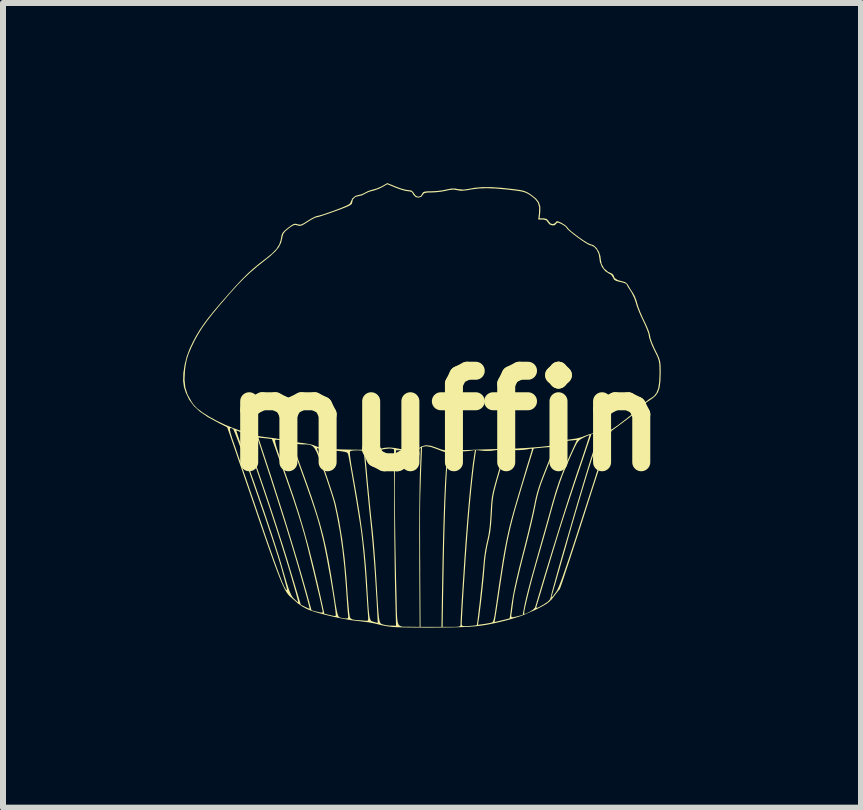
<source format=kicad_pcb>
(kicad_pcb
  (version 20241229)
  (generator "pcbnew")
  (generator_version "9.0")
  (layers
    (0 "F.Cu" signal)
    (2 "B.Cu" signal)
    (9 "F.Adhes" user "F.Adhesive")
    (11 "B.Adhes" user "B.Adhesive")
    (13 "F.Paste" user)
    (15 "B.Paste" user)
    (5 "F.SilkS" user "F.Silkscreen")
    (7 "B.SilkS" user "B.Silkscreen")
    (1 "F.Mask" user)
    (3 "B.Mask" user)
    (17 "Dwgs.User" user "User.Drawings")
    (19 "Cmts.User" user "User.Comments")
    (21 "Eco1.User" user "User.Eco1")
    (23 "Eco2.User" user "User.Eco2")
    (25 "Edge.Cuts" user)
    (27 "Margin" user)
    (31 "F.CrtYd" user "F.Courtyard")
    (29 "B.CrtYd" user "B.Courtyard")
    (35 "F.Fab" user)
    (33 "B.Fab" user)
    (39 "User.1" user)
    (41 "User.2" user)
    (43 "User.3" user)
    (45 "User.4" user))
  (footprint "muffin"
    (layer "F.Cu")
    (at 4.367 3.961)
    (property "Reference" "muffin" (at 0 0 0) (layer "F.SilkS") (effects (font (size 1.524 1.524) (thickness 0.3))))
    (attr board_only exclude_from_pos_files exclude_from_bom)
    (fp_poly (pts (xy -0.823 -3.903) (xy -0.745 -3.874) (xy -0.672 -3.853) (xy -0.619 -3.844) (xy -0.615 -3.844) (xy -0.562 -3.837) (xy -0.532 -3.808) (xy -0.526 -3.796) (xy -0.491 -3.75) (xy -0.448 -3.733) (xy -0.408 -3.747) (xy -0.382 -3.787) (xy -0.37 -3.807) (xy -0.346 -3.818) (xy -0.299 -3.824) (xy -0.229 -3.825) (xy -0.138 -3.829) (xy -0.045 -3.841) (xy 0.019 -3.854) (xy 0.101 -3.87) (xy 0.167 -3.87) (xy 0.203 -3.862) (xy 0.303 -3.852) (xy 0.37 -3.861) (xy 0.494 -3.883) (xy 0.622 -3.894) (xy 0.763 -3.894) (xy 0.928 -3.883) (xy 1.025 -3.873) (xy 1.14 -3.86) (xy 1.224 -3.849) (xy 1.285 -3.838) (xy 1.331 -3.824) (xy 1.369 -3.807) (xy 1.408 -3.783) (xy 1.429 -3.769) (xy 1.512 -3.704) (xy 1.561 -3.64) (xy 1.584 -3.568) (xy 1.583 -3.478) (xy 1.572 -3.374) (xy 1.636 -3.374) (xy 1.688 -3.365) (xy 1.718 -3.334) (xy 1.722 -3.325) (xy 1.755 -3.287) (xy 1.796 -3.277) (xy 1.833 -3.297) (xy 1.84 -3.307) (xy 1.854 -3.324) (xy 1.877 -3.325) (xy 1.918 -3.307) (xy 1.94 -3.296) (xy 1.991 -3.265) (xy 2.026 -3.236) (xy 2.033 -3.226) (xy 2.055 -3.198) (xy 2.102 -3.155) (xy 2.166 -3.105) (xy 2.237 -3.052) (xy 2.307 -3.004) (xy 2.368 -2.966) (xy 2.411 -2.945) (xy 2.423 -2.942) (xy 2.473 -2.924) (xy 2.521 -2.879) (xy 2.561 -2.815) (xy 2.585 -2.744) (xy 2.589 -2.705) (xy 2.605 -2.614) (xy 2.648 -2.537) (xy 2.713 -2.482) (xy 2.741 -2.47) (xy 2.784 -2.449) (xy 2.804 -2.425) (xy 2.805 -2.422) (xy 2.823 -2.378) (xy 2.875 -2.345) (xy 2.94 -2.327) (xy 2.999 -2.31) (xy 3.036 -2.278) (xy 3.052 -2.251) (xy 3.089 -2.188) (xy 3.129 -2.128) (xy 3.159 -2.074) (xy 3.186 -2.003) (xy 3.197 -1.961) (xy 3.217 -1.897) (xy 3.25 -1.811) (xy 3.291 -1.718) (xy 3.317 -1.663) (xy 3.357 -1.578) (xy 3.389 -1.5) (xy 3.408 -1.44) (xy 3.413 -1.412) (xy 3.421 -1.369) (xy 3.445 -1.303) (xy 3.479 -1.223) (xy 3.501 -1.177) (xy 3.541 -1.096) (xy 3.566 -1.037) (xy 3.581 -0.984) (xy 3.587 -0.926) (xy 3.589 -0.848) (xy 3.589 -0.8) (xy 3.585 -0.662) (xy 3.571 -0.556) (xy 3.544 -0.476) (xy 3.501 -0.415) (xy 3.442 -0.367) (xy 3.421 -0.354) (xy 3.358 -0.311) (xy 3.302 -0.263) (xy 3.281 -0.239) (xy 3.246 -0.203) (xy 3.182 -0.147) (xy 3.091 -0.073) (xy 2.975 0.016) (xy 2.837 0.118) (xy 2.77 0.167) (xy 2.763 0.186) (xy 2.745 0.239) (xy 2.717 0.324) (xy 2.681 0.437) (xy 2.636 0.575) (xy 2.584 0.736) (xy 2.526 0.916) (xy 2.462 1.113) (xy 2.395 1.322) (xy 2.344 1.482) (xy 2.274 1.7) (xy 2.207 1.907) (xy 2.144 2.099) (xy 2.087 2.275) (xy 2.035 2.431) (xy 1.991 2.564) (xy 1.956 2.67) (xy 1.929 2.747) (xy 1.913 2.792) (xy 1.908 2.803) (xy 1.889 2.824) (xy 1.855 2.867) (xy 1.812 2.923) (xy 1.811 2.925) (xy 1.772 2.974) (xy 1.733 3.013) (xy 1.685 3.049) (xy 1.621 3.087) (xy 1.531 3.133) (xy 1.507 3.146) (xy 1.274 3.247) (xy 1.058 3.314) (xy 0.925 3.347) (xy 0.81 3.373) (xy 0.707 3.394) (xy 0.608 3.41) (xy 0.508 3.422) (xy 0.398 3.43) (xy 0.272 3.436) (xy 0.124 3.44) (xy -0.055 3.442) (xy -0.127 3.443) (xy -0.286 3.444) (xy -0.439 3.443) (xy -0.581 3.442) (xy -0.704 3.44) (xy -0.802 3.438) (xy -0.87 3.434) (xy -0.883 3.433) (xy -0.972 3.421) (xy -1.062 3.404) (xy -1.128 3.387) (xy -1.188 3.373) (xy -1.275 3.357) (xy -1.375 3.343) (xy -1.451 3.335) (xy -1.571 3.32) (xy -1.707 3.296) (xy -1.852 3.266) (xy -1.994 3.232) (xy -2.125 3.197) (xy -2.236 3.162) (xy -2.307 3.133) (xy -2.38 3.093) (xy -2.451 3.044) (xy -2.474 3.024) (xy -2.522 2.981) (xy -2.562 2.946) (xy -2.573 2.936) (xy -2.598 2.914) (xy -2.622 2.886) (xy -2.646 2.852) (xy -2.672 2.808) (xy -2.7 2.751) (xy -2.732 2.68) (xy -2.768 2.591) (xy -2.81 2.482) (xy -2.859 2.349) (xy -2.915 2.192) (xy -2.98 2.006) (xy -3.055 1.789) (xy -3.14 1.54) (xy -3.186 1.405) (xy -3.26 1.189) (xy -3.33 0.985) (xy -3.395 0.794) (xy -3.455 0.621) (xy -3.507 0.468) (xy -3.552 0.338) (xy -3.588 0.234) (xy -3.614 0.159) (xy -3.618 0.149) (xy -3.586 0.149) (xy -3.575 0.201) (xy -3.55 0.284) (xy -3.521 0.368) (xy -3.498 0.434) (xy -3.464 0.534) (xy -3.42 0.661) (xy -3.369 0.812) (xy -3.31 0.983) (xy -3.247 1.168) (xy -3.18 1.363) (xy -3.112 1.564) (xy -3.081 1.653) (xy -2.995 1.907) (xy -2.919 2.126) (xy -2.854 2.31) (xy -2.799 2.463) (xy -2.753 2.586) (xy -2.716 2.682) (xy -2.686 2.751) (xy -2.663 2.795) (xy -2.647 2.818) (xy -2.636 2.819) (xy -2.636 2.819) (xy -2.639 2.799) (xy -2.651 2.747) (xy -2.671 2.669) (xy -2.698 2.57) (xy -2.729 2.456) (xy -2.736 2.431) (xy -2.763 2.34) (xy -2.799 2.224) (xy -2.843 2.088) (xy -2.893 1.934) (xy -2.949 1.767) (xy -3.008 1.591) (xy -3.071 1.409) (xy -3.134 1.225) (xy -3.197 1.044) (xy -3.258 0.868) (xy -3.317 0.703) (xy -3.372 0.551) (xy -3.421 0.417) (xy -3.463 0.305) (xy -3.497 0.218) (xy -3.521 0.16) (xy -3.48 0.16) (xy -3.475 0.18) (xy -3.458 0.232) (xy -3.43 0.315) (xy -3.393 0.423) (xy -3.347 0.555) (xy -3.295 0.706) (xy -3.237 0.872) (xy -3.174 1.05) (xy -3.164 1.079) (xy -3.095 1.279) (xy -3.024 1.484) (xy -2.956 1.687) (xy -2.89 1.883) (xy -2.831 2.066) (xy -2.779 2.228) (xy -2.737 2.365) (xy -2.715 2.442) (xy -2.673 2.588) (xy -2.639 2.702) (xy -2.611 2.788) (xy -2.588 2.851) (xy -2.567 2.897) (xy -2.548 2.93) (xy -2.527 2.955) (xy -2.525 2.957) (xy -2.485 2.995) (xy -2.457 3.018) (xy -2.451 3.021) (xy -2.453 3.002) (xy -2.466 2.951) (xy -2.487 2.871) (xy -2.517 2.766) (xy -2.553 2.641) (xy -2.594 2.5) (xy -2.631 2.378) (xy -2.685 2.201) (xy -2.749 1.997) (xy -2.82 1.776) (xy -2.894 1.549) (xy -2.969 1.324) (xy -3.04 1.113) (xy -3.08 0.996) (xy -3.136 0.833) (xy -3.187 0.682) (xy -3.232 0.546) (xy -3.27 0.43) (xy -3.298 0.337) (xy -3.317 0.272) (xy -3.324 0.242) (xy -3.308 0.242) (xy -3.304 0.262) (xy -3.288 0.315) (xy -3.262 0.397) (xy -3.227 0.505) (xy -3.184 0.634) (xy -3.135 0.78) (xy -3.08 0.94) (xy -3.055 1.014) (xy -2.987 1.213) (xy -2.914 1.431) (xy -2.839 1.658) (xy -2.766 1.884) (xy -2.697 2.1) (xy -2.636 2.295) (xy -2.599 2.419) (xy -2.406 3.062) (xy -2.336 3.098) (xy -2.29 3.12) (xy -2.263 3.129) (xy -2.26 3.129) (xy -2.263 3.11) (xy -2.276 3.058) (xy -2.296 2.98) (xy -2.323 2.881) (xy -2.355 2.767) (xy -2.364 2.734) (xy -2.455 2.415) (xy -2.553 2.085) (xy -2.66 1.737) (xy -2.778 1.365) (xy -2.907 0.963) (xy -2.927 0.902) (xy -3.13 0.284) (xy -3.149 0.278) (xy -3.113 0.278) (xy -2.899 0.928) (xy -2.785 1.283) (xy -2.673 1.636) (xy -2.567 1.98) (xy -2.468 2.308) (xy -2.379 2.613) (xy -2.312 2.848) (xy -2.227 3.156) (xy -2.158 3.174) (xy -2.087 3.191) (xy -2.049 3.194) (xy -2.04 3.187) (xy -2.044 3.16) (xy -2.057 3.101) (xy -2.076 3.014) (xy -2.101 2.905) (xy -2.131 2.78) (xy -2.163 2.643) (xy -2.197 2.5) (xy -2.232 2.357) (xy -2.266 2.218) (xy -2.295 2.099) (xy -2.344 1.912) (xy -2.398 1.724) (xy -2.46 1.524) (xy -2.531 1.307) (xy -2.615 1.064) (xy -2.647 0.973) (xy -2.701 0.82) (xy -2.751 0.679) (xy -2.796 0.555) (xy -2.833 0.451) (xy -2.862 0.372) (xy -2.879 0.326) (xy -2.834 0.326) (xy -2.832 0.35) (xy -2.822 0.393) (xy -2.804 0.458) (xy -2.775 0.548) (xy -2.735 0.665) (xy -2.683 0.814) (xy -2.624 0.981) (xy -2.525 1.268) (xy -2.435 1.546) (xy -2.352 1.825) (xy -2.273 2.111) (xy -2.196 2.415) (xy -2.118 2.743) (xy -2.068 2.965) (xy -2.014 3.212) (xy -1.934 3.232) (xy -1.872 3.246) (xy -1.839 3.252) (xy -1.826 3.247) (xy -1.824 3.232) (xy -1.824 3.227) (xy -1.828 3.178) (xy -1.838 3.097) (xy -1.853 2.989) (xy -1.873 2.863) (xy -1.896 2.722) (xy -1.921 2.575) (xy -1.948 2.427) (xy -1.974 2.284) (xy -2 2.153) (xy -2.023 2.041) (xy -2.032 2.001) (xy -2.064 1.868) (xy -2.097 1.739) (xy -2.135 1.606) (xy -2.18 1.464) (xy -2.234 1.303) (xy -2.299 1.117) (xy -2.337 1.01) (xy -2.39 0.863) (xy -2.438 0.728) (xy -2.481 0.608) (xy -2.517 0.509) (xy -2.543 0.435) (xy -2.559 0.391) (xy -2.563 0.38) (xy -2.579 0.369) (xy -2.548 0.369) (xy -2.546 0.375) (xy -2.537 0.4) (xy -2.516 0.456) (xy -2.486 0.541) (xy -2.447 0.649) (xy -2.402 0.775) (xy -2.351 0.916) (xy -2.317 1.01) (xy -2.227 1.266) (xy -2.152 1.496) (xy -2.087 1.709) (xy -2.032 1.915) (xy -1.984 2.124) (xy -1.94 2.345) (xy -1.898 2.588) (xy -1.866 2.794) (xy -1.843 2.941) (xy -1.826 3.054) (xy -1.811 3.137) (xy -1.799 3.196) (xy -1.788 3.234) (xy -1.777 3.257) (xy -1.765 3.27) (xy -1.751 3.276) (xy -1.746 3.278) (xy -1.689 3.289) (xy -1.654 3.293) (xy -1.625 3.289) (xy -1.616 3.267) (xy -1.619 3.231) (xy -1.623 3.194) (xy -1.629 3.124) (xy -1.636 3.027) (xy -1.644 2.911) (xy -1.653 2.782) (xy -1.658 2.707) (xy -1.682 2.421) (xy -1.714 2.133) (xy -1.754 1.854) (xy -1.801 1.594) (xy -1.844 1.393) (xy -1.863 1.322) (xy -1.893 1.224) (xy -1.931 1.106) (xy -1.974 0.977) (xy -2.019 0.847) (xy -2.026 0.829) (xy -2.075 0.691) (xy -2.114 0.586) (xy -2.147 0.509) (xy -2.175 0.46) (xy -2.137 0.46) (xy -2.134 0.472) (xy -2.091 0.587) (xy -2.045 0.717) (xy -1.997 0.854) (xy -1.95 0.992) (xy -1.907 1.122) (xy -1.87 1.238) (xy -1.841 1.331) (xy -1.824 1.393) (xy -1.767 1.664) (xy -1.717 1.966) (xy -1.676 2.288) (xy -1.645 2.622) (xy -1.637 2.736) (xy -1.628 2.873) (xy -1.618 2.999) (xy -1.608 3.107) (xy -1.6 3.193) (xy -1.592 3.249) (xy -1.588 3.27) (xy -1.572 3.295) (xy -1.541 3.31) (xy -1.486 3.318) (xy -1.457 3.32) (xy -1.389 3.324) (xy -1.333 3.329) (xy -1.31 3.331) (xy -1.29 3.327) (xy -1.283 3.305) (xy -1.285 3.255) (xy -1.286 3.241) (xy -1.29 3.196) (xy -1.295 3.118) (xy -1.302 3.014) (xy -1.31 2.891) (xy -1.319 2.755) (xy -1.325 2.659) (xy -1.336 2.499) (xy -1.35 2.328) (xy -1.366 2.157) (xy -1.382 1.999) (xy -1.398 1.865) (xy -1.403 1.827) (xy -1.417 1.73) (xy -1.436 1.609) (xy -1.458 1.471) (xy -1.482 1.322) (xy -1.508 1.169) (xy -1.534 1.018) (xy -1.558 0.877) (xy -1.58 0.752) (xy -1.599 0.65) (xy -1.613 0.577) (xy -1.618 0.557) (xy -1.625 0.539) (xy -1.642 0.526) (xy -1.653 0.522) (xy -1.588 0.522) (xy -1.587 0.564) (xy -1.579 0.634) (xy -1.564 0.734) (xy -1.541 0.868) (xy -1.528 0.941) (xy -1.469 1.281) (xy -1.419 1.591) (xy -1.379 1.879) (xy -1.347 2.155) (xy -1.322 2.427) (xy -1.304 2.687) (xy -1.294 2.862) (xy -1.285 3.002) (xy -1.278 3.11) (xy -1.271 3.192) (xy -1.263 3.251) (xy -1.255 3.291) (xy -1.245 3.317) (xy -1.233 3.332) (xy -1.217 3.34) (xy -1.198 3.346) (xy -1.191 3.348) (xy -1.148 3.36) (xy -1.125 3.365) (xy -1.125 3.365) (xy -1.125 3.346) (xy -1.128 3.293) (xy -1.132 3.209) (xy -1.138 3.1) (xy -1.145 2.971) (xy -1.154 2.827) (xy -1.159 2.746) (xy -1.17 2.565) (xy -1.184 2.371) (xy -1.199 2.174) (xy -1.215 1.986) (xy -1.231 1.815) (xy -1.245 1.677) (xy -1.258 1.555) (xy -1.272 1.418) (xy -1.286 1.273) (xy -1.3 1.125) (xy -1.314 0.98) (xy -1.326 0.844) (xy -1.337 0.724) (xy -1.346 0.624) (xy -1.351 0.551) (xy -1.353 0.52) (xy -1.334 0.52) (xy -1.332 0.552) (xy -1.327 0.618) (xy -1.319 0.711) (xy -1.308 0.825) (xy -1.297 0.954) (xy -1.284 1.092) (xy -1.27 1.234) (xy -1.257 1.373) (xy -1.244 1.503) (xy -1.232 1.619) (xy -1.222 1.714) (xy -1.217 1.755) (xy -1.205 1.871) (xy -1.192 2.015) (xy -1.179 2.178) (xy -1.166 2.35) (xy -1.155 2.521) (xy -1.148 2.628) (xy -1.137 2.818) (xy -1.128 2.972) (xy -1.12 3.094) (xy -1.113 3.189) (xy -1.106 3.259) (xy -1.099 3.31) (xy -1.091 3.344) (xy -1.082 3.365) (xy -1.07 3.378) (xy -1.057 3.385) (xy -1.043 3.39) (xy -0.989 3.403) (xy -0.921 3.411) (xy -0.905 3.411) (xy -0.82 3.413) (xy -0.834 2.869) (xy -0.837 2.73) (xy -0.84 2.559) (xy -0.843 2.364) (xy -0.845 2.152) (xy -0.848 1.931) (xy -0.849 1.708) (xy -0.85 1.491) (xy -0.851 1.398) (xy -0.852 1.043) (xy -0.84 1.043) (xy -0.84 1.217) (xy -0.838 1.416) (xy -0.836 1.638) (xy -0.833 1.878) (xy -0.829 2.133) (xy -0.824 2.401) (xy -0.818 2.677) (xy -0.811 2.936) (xy -0.808 3.088) (xy -0.805 3.205) (xy -0.8 3.292) (xy -0.792 3.353) (xy -0.778 3.393) (xy -0.755 3.416) (xy -0.723 3.427) (xy -0.679 3.43) (xy -0.62 3.43) (xy -0.581 3.43) (xy -0.426 3.432) (xy -0.432 2.349) (xy -0.432 2.13) (xy -0.433 1.91) (xy -0.432 1.695) (xy -0.432 1.685) (xy -0.42 1.685) (xy -0.42 1.832) (xy -0.419 2.003) (xy -0.419 2.202) (xy -0.417 2.434) (xy -0.417 2.565) (xy -0.412 3.432) (xy -0.063 3.432) (xy -0.044 3.432) (xy 0.106 3.432) (xy 0.182 3.431) (xy 0.227 3.427) (xy 0.249 3.417) (xy 0.255 3.4) (xy 0.255 3.398) (xy 0.255 3.394) (xy 0.275 3.394) (xy 0.281 3.411) (xy 0.306 3.419) (xy 0.356 3.419) (xy 0.397 3.417) (xy 0.462 3.412) (xy 0.508 3.407) (xy 0.524 3.404) (xy 0.526 3.398) (xy 0.545 3.398) (xy 0.64 3.385) (xy 0.703 3.375) (xy 0.754 3.365) (xy 0.768 3.362) (xy 0.782 3.357) (xy 0.788 3.351) (xy 0.823 3.351) (xy 0.945 3.322) (xy 1.008 3.307) (xy 1.054 3.295) (xy 1.072 3.289) (xy 1.076 3.269) (xy 1.079 3.247) (xy 1.1 3.247) (xy 1.105 3.268) (xy 1.13 3.271) (xy 1.182 3.26) (xy 1.205 3.254) (xy 1.29 3.233) (xy 1.295 3.207) (xy 1.314 3.207) (xy 1.321 3.216) (xy 1.345 3.21) (xy 1.394 3.187) (xy 1.412 3.178) (xy 1.461 3.146) (xy 1.493 3.114) (xy 1.494 3.113) (xy 1.518 3.113) (xy 1.533 3.115) (xy 1.57 3.098) (xy 1.635 3.061) (xy 1.645 3.055) (xy 1.712 3.01) (xy 1.747 2.971) (xy 1.756 2.942) (xy 1.757 2.941) (xy 1.771 2.941) (xy 1.786 2.93) (xy 1.821 2.886) (xy 1.848 2.849) (xy 1.863 2.823) (xy 1.882 2.783) (xy 1.906 2.727) (xy 1.934 2.653) (xy 1.968 2.558) (xy 2.009 2.439) (xy 2.058 2.295) (xy 2.115 2.122) (xy 2.182 1.919) (xy 2.258 1.683) (xy 2.327 1.471) (xy 2.396 1.256) (xy 2.462 1.052) (xy 2.522 0.862) (xy 2.578 0.689) (xy 2.626 0.537) (xy 2.667 0.407) (xy 2.7 0.305) (xy 2.723 0.231) (xy 2.735 0.19) (xy 2.737 0.182) (xy 2.718 0.182) (xy 2.674 0.187) (xy 2.663 0.189) (xy 2.592 0.201) (xy 2.463 0.576) (xy 2.432 0.672) (xy 2.391 0.8) (xy 2.344 0.954) (xy 2.291 1.13) (xy 2.234 1.321) (xy 2.175 1.521) (xy 2.115 1.726) (xy 2.059 1.922) (xy 2.006 2.111) (xy 1.955 2.288) (xy 1.909 2.45) (xy 1.868 2.595) (xy 1.833 2.717) (xy 1.805 2.813) (xy 1.786 2.88) (xy 1.776 2.914) (xy 1.775 2.918) (xy 1.771 2.941) (xy 1.757 2.941) (xy 1.764 2.907) (xy 1.781 2.838) (xy 1.808 2.74) (xy 1.842 2.617) (xy 1.882 2.472) (xy 1.928 2.31) (xy 1.978 2.135) (xy 2.032 1.951) (xy 2.087 1.762) (xy 2.142 1.571) (xy 2.197 1.384) (xy 2.251 1.204) (xy 2.301 1.035) (xy 2.347 0.882) (xy 2.388 0.748) (xy 2.423 0.637) (xy 2.45 0.554) (xy 2.46 0.523) (xy 2.496 0.42) (xy 2.527 0.331) (xy 2.551 0.262) (xy 2.566 0.22) (xy 2.569 0.208) (xy 2.552 0.207) (xy 2.51 0.211) (xy 2.502 0.212) (xy 2.435 0.22) (xy 2.229 0.831) (xy 2.154 1.051) (xy 2.088 1.251) (xy 2.027 1.436) (xy 1.969 1.616) (xy 1.911 1.798) (xy 1.852 1.991) (xy 1.788 2.201) (xy 1.717 2.437) (xy 1.677 2.569) (xy 1.637 2.704) (xy 1.601 2.826) (xy 1.569 2.932) (xy 1.544 3.015) (xy 1.527 3.071) (xy 1.52 3.094) (xy 1.518 3.113) (xy 1.494 3.113) (xy 1.498 3.104) (xy 1.648 2.599) (xy 1.792 2.126) (xy 1.928 1.688) (xy 2.057 1.284) (xy 2.178 0.917) (xy 2.245 0.721) (xy 2.289 0.591) (xy 2.328 0.474) (xy 2.36 0.376) (xy 2.384 0.3) (xy 2.399 0.251) (xy 2.402 0.235) (xy 2.38 0.244) (xy 2.335 0.264) (xy 2.298 0.283) (xy 2.265 0.3) (xy 2.239 0.318) (xy 2.215 0.342) (xy 2.191 0.377) (xy 2.164 0.428) (xy 2.129 0.502) (xy 2.083 0.604) (xy 2.054 0.67) (xy 2 0.794) (xy 1.953 0.909) (xy 1.912 1.023) (xy 1.871 1.145) (xy 1.828 1.284) (xy 1.781 1.451) (xy 1.764 1.51) (xy 1.72 1.671) (xy 1.671 1.845) (xy 1.621 2.02) (xy 1.574 2.185) (xy 1.533 2.328) (xy 1.517 2.383) (xy 1.484 2.499) (xy 1.45 2.625) (xy 1.416 2.753) (xy 1.385 2.877) (xy 1.357 2.991) (xy 1.335 3.088) (xy 1.32 3.161) (xy 1.314 3.204) (xy 1.314 3.207) (xy 1.295 3.207) (xy 1.324 3.053) (xy 1.339 2.987) (xy 1.362 2.891) (xy 1.393 2.77) (xy 1.43 2.631) (xy 1.471 2.482) (xy 1.514 2.329) (xy 1.521 2.305) (xy 1.568 2.138) (xy 1.618 1.962) (xy 1.668 1.787) (xy 1.714 1.622) (xy 1.755 1.476) (xy 1.784 1.369) (xy 1.84 1.177) (xy 1.897 1.006) (xy 1.961 0.839) (xy 2.038 0.66) (xy 2.192 0.318) (xy 2.072 0.329) (xy 2.009 0.336) (xy 1.959 0.348) (xy 1.917 0.369) (xy 1.88 0.403) (xy 1.844 0.456) (xy 1.805 0.531) (xy 1.76 0.633) (xy 1.705 0.767) (xy 1.698 0.786) (xy 1.64 0.932) (xy 1.595 1.053) (xy 1.561 1.157) (xy 1.535 1.254) (xy 1.512 1.354) (xy 1.502 1.406) (xy 1.485 1.492) (xy 1.459 1.609) (xy 1.427 1.748) (xy 1.39 1.901) (xy 1.35 2.061) (xy 1.309 2.22) (xy 1.307 2.226) (xy 1.268 2.379) (xy 1.232 2.528) (xy 1.199 2.667) (xy 1.172 2.788) (xy 1.151 2.886) (xy 1.139 2.954) (xy 1.138 2.962) (xy 1.127 3.049) (xy 1.116 3.131) (xy 1.108 3.192) (xy 1.106 3.202) (xy 1.1 3.247) (xy 1.079 3.247) (xy 1.084 3.218) (xy 1.094 3.142) (xy 1.106 3.051) (xy 1.108 3.04) (xy 1.126 2.927) (xy 1.154 2.782) (xy 1.193 2.609) (xy 1.24 2.413) (xy 1.288 2.226) (xy 1.328 2.068) (xy 1.368 1.908) (xy 1.405 1.754) (xy 1.438 1.614) (xy 1.464 1.497) (xy 1.482 1.409) (xy 1.483 1.406) (xy 1.504 1.3) (xy 1.529 1.201) (xy 1.559 1.101) (xy 1.599 0.988) (xy 1.651 0.854) (xy 1.676 0.791) (xy 1.822 0.43) (xy 1.652 0.443) (xy 1.574 0.45) (xy 1.514 0.456) (xy 1.479 0.461) (xy 1.474 0.462) (xy 1.467 0.481) (xy 1.45 0.534) (xy 1.425 0.615) (xy 1.392 0.721) (xy 1.353 0.848) (xy 1.31 0.99) (xy 1.273 1.111) (xy 1.217 1.3) (xy 1.168 1.466) (xy 1.127 1.616) (xy 1.091 1.758) (xy 1.059 1.898) (xy 1.029 2.042) (xy 1.001 2.198) (xy 0.972 2.372) (xy 0.941 2.57) (xy 0.907 2.8) (xy 0.903 2.824) (xy 0.885 2.95) (xy 0.868 3.065) (xy 0.853 3.164) (xy 0.841 3.239) (xy 0.834 3.284) (xy 0.833 3.289) (xy 0.823 3.351) (xy 0.788 3.351) (xy 0.792 3.347) (xy 0.802 3.327) (xy 0.811 3.293) (xy 0.822 3.238) (xy 0.834 3.158) (xy 0.851 3.047) (xy 0.863 2.962) (xy 0.898 2.721) (xy 0.93 2.513) (xy 0.958 2.332) (xy 0.985 2.173) (xy 1.012 2.03) (xy 1.04 1.897) (xy 1.069 1.769) (xy 1.102 1.639) (xy 1.14 1.502) (xy 1.183 1.352) (xy 1.233 1.183) (xy 1.236 1.174) (xy 1.282 1.021) (xy 1.324 0.879) (xy 1.362 0.752) (xy 1.395 0.646) (xy 1.419 0.564) (xy 1.435 0.511) (xy 1.44 0.495) (xy 1.445 0.471) (xy 1.433 0.463) (xy 1.396 0.468) (xy 1.369 0.474) (xy 1.304 0.483) (xy 1.22 0.488) (xy 1.15 0.487) (xy 1.014 0.481) (xy 0.902 0.864) (xy 0.863 0.997) (xy 0.835 1.101) (xy 0.814 1.186) (xy 0.799 1.26) (xy 0.79 1.332) (xy 0.783 1.411) (xy 0.778 1.506) (xy 0.776 1.541) (xy 0.765 1.711) (xy 0.749 1.852) (xy 0.725 1.973) (xy 0.716 2.01) (xy 0.694 2.113) (xy 0.674 2.233) (xy 0.66 2.352) (xy 0.657 2.393) (xy 0.65 2.484) (xy 0.64 2.603) (xy 0.626 2.739) (xy 0.611 2.883) (xy 0.595 3.025) (xy 0.579 3.155) (xy 0.566 3.263) (xy 0.557 3.322) (xy 0.545 3.398) (xy 0.526 3.398) (xy 0.529 3.384) (xy 0.537 3.33) (xy 0.547 3.25) (xy 0.559 3.149) (xy 0.573 3.035) (xy 0.586 2.912) (xy 0.6 2.788) (xy 0.612 2.668) (xy 0.623 2.56) (xy 0.632 2.468) (xy 0.637 2.4) (xy 0.638 2.393) (xy 0.648 2.281) (xy 0.666 2.158) (xy 0.688 2.047) (xy 0.697 2.01) (xy 0.722 1.893) (xy 0.741 1.759) (xy 0.753 1.6) (xy 0.756 1.541) (xy 0.762 1.439) (xy 0.768 1.356) (xy 0.776 1.282) (xy 0.789 1.21) (xy 0.808 1.13) (xy 0.834 1.033) (xy 0.869 0.91) (xy 0.882 0.864) (xy 0.922 0.729) (xy 0.949 0.626) (xy 0.967 0.554) (xy 0.975 0.507) (xy 0.974 0.481) (xy 0.968 0.474) (xy 0.934 0.474) (xy 0.877 0.482) (xy 0.839 0.489) (xy 0.758 0.5) (xy 0.667 0.501) (xy 0.626 0.498) (xy 0.514 0.486) (xy 0.502 0.562) (xy 0.479 0.724) (xy 0.456 0.922) (xy 0.432 1.149) (xy 0.408 1.403) (xy 0.385 1.678) (xy 0.364 1.952) (xy 0.351 2.132) (xy 0.338 2.318) (xy 0.326 2.504) (xy 0.314 2.685) (xy 0.303 2.856) (xy 0.294 3.013) (xy 0.286 3.15) (xy 0.28 3.262) (xy 0.276 3.346) (xy 0.275 3.394) (xy 0.255 3.394) (xy 0.256 3.348) (xy 0.26 3.263) (xy 0.266 3.148) (xy 0.274 3.01) (xy 0.284 2.851) (xy 0.295 2.678) (xy 0.307 2.495) (xy 0.319 2.306) (xy 0.332 2.118) (xy 0.344 1.952) (xy 0.367 1.661) (xy 0.39 1.387) (xy 0.414 1.135) (xy 0.438 0.909) (xy 0.461 0.714) (xy 0.483 0.562) (xy 0.495 0.486) (xy 0.409 0.499) (xy 0.34 0.506) (xy 0.256 0.51) (xy 0.202 0.51) (xy 0.146 0.509) (xy 0.109 0.511) (xy 0.086 0.525) (xy 0.071 0.556) (xy 0.058 0.611) (xy 0.042 0.696) (xy 0.04 0.706) (xy 0.033 0.765) (xy 0.025 0.86) (xy 0.018 0.989) (xy 0.01 1.149) (xy 0.002 1.338) (xy -0.005 1.553) (xy -0.012 1.79) (xy -0.019 2.048) (xy -0.025 2.324) (xy -0.03 2.615) (xy -0.031 2.663) (xy -0.044 3.432) (xy -0.063 3.432) (xy -0.051 2.672) (xy -0.045 2.351) (xy -0.038 2.051) (xy -0.031 1.774) (xy -0.023 1.522) (xy -0.015 1.297) (xy -0.006 1.101) (xy 0.003 0.937) (xy 0.012 0.806) (xy 0.022 0.711) (xy 0.028 0.666) (xy 0.041 0.593) (xy 0.044 0.55) (xy 0.037 0.532) (xy 0.03 0.53) (xy 0.001 0.522) (xy -0.053 0.504) (xy -0.122 0.477) (xy -0.136 0.471) (xy -0.238 0.435) (xy -0.31 0.423) (xy -0.331 0.424) (xy -0.386 0.435) (xy -0.403 0.85) (xy -0.407 0.962) (xy -0.41 1.063) (xy -0.413 1.157) (xy -0.416 1.25) (xy -0.418 1.344) (xy -0.419 1.445) (xy -0.42 1.557) (xy -0.42 1.685) (xy -0.432 1.685) (xy -0.431 1.489) (xy -0.429 1.299) (xy -0.427 1.13) (xy -0.425 0.988) (xy -0.422 0.878) (xy -0.421 0.855) (xy -0.406 0.445) (xy -0.465 0.489) (xy -0.509 0.517) (xy -0.549 0.523) (xy -0.6 0.512) (xy -0.671 0.497) (xy -0.742 0.491) (xy -0.748 0.49) (xy -0.819 0.49) (xy -0.834 0.71) (xy -0.837 0.787) (xy -0.839 0.899) (xy -0.84 1.043) (xy -0.852 1.043) (xy -0.853 0.473) (xy -0.896 0.462) (xy -0.937 0.461) (xy -1.001 0.468) (xy -1.063 0.48) (xy -1.141 0.496) (xy -1.217 0.507) (xy -1.26 0.51) (xy -1.308 0.512) (xy -1.333 0.518) (xy -1.334 0.52) (xy -1.353 0.52) (xy -1.353 0.511) (xy -1.353 0.509) (xy -1.371 0.499) (xy -1.414 0.493) (xy -1.47 0.491) (xy -1.527 0.493) (xy -1.57 0.5) (xy -1.582 0.505) (xy -1.588 0.522) (xy -1.653 0.522) (xy -1.675 0.516) (xy -1.73 0.507) (xy -1.815 0.497) (xy -1.868 0.492) (xy -1.961 0.481) (xy -2.041 0.471) (xy -2.099 0.463) (xy -2.126 0.456) (xy -2.126 0.456) (xy -2.137 0.46) (xy -2.175 0.46) (xy -2.177 0.456) (xy -2.208 0.422) (xy -2.243 0.403) (xy -2.286 0.394) (xy -2.34 0.392) (xy -2.377 0.392) (xy -2.443 0.388) (xy -2.499 0.377) (xy -2.515 0.37) (xy -2.544 0.358) (xy -2.548 0.369) (xy -2.579 0.369) (xy -2.586 0.365) (xy -2.634 0.348) (xy -2.696 0.332) (xy -2.759 0.32) (xy -2.81 0.315) (xy -2.828 0.317) (xy -2.834 0.326) (xy -2.879 0.326) (xy -2.881 0.321) (xy -2.888 0.304) (xy -2.909 0.3) (xy -2.957 0.294) (xy -3.003 0.289) (xy -3.113 0.278) (xy -3.149 0.278) (xy -3.213 0.258) (xy -3.266 0.244) (xy -3.301 0.24) (xy -3.308 0.242) (xy -3.324 0.242) (xy -3.325 0.239) (xy -3.324 0.235) (xy -3.323 0.219) (xy -3.328 0.219) (xy -3.354 0.214) (xy -3.399 0.194) (xy -3.41 0.189) (xy -3.453 0.168) (xy -3.478 0.16) (xy -3.48 0.16) (xy -3.521 0.16) (xy -3.521 0.16) (xy -3.534 0.135) (xy -3.535 0.134) (xy -3.566 0.119) (xy -3.583 0.122) (xy -3.586 0.149) (xy -3.618 0.149) (xy -3.629 0.117) (xy -3.633 0.107) (xy -3.652 0.097) (xy -3.697 0.074) (xy -3.761 0.042) (xy -3.785 0.029) (xy -3.953 -0.062) (xy -4.086 -0.153) (xy -4.189 -0.249) (xy -4.266 -0.353) (xy -4.323 -0.472) (xy -4.353 -0.565) (xy -4.367 -0.668) (xy -4.366 -0.69) (xy -4.343 -0.69) (xy -4.33 -0.559) (xy -4.292 -0.44) (xy -4.227 -0.322) (xy -4.19 -0.268) (xy -4.133 -0.209) (xy -4.046 -0.142) (xy -3.935 -0.072) (xy -3.808 -0.002) (xy -3.672 0.063) (xy -3.55 0.113) (xy -3.415 0.163) (xy -3.308 0.201) (xy -3.22 0.228) (xy -3.143 0.247) (xy -3.068 0.261) (xy -2.987 0.272) (xy -2.967 0.274) (xy -2.864 0.287) (xy -2.757 0.303) (xy -2.665 0.32) (xy -2.634 0.327) (xy -2.538 0.346) (xy -2.432 0.363) (xy -2.363 0.371) (xy -2.284 0.383) (xy -2.213 0.399) (xy -2.167 0.416) (xy -2.122 0.434) (xy -2.063 0.449) (xy -1.986 0.46) (xy -1.886 0.469) (xy -1.758 0.475) (xy -1.597 0.479) (xy -1.533 0.48) (xy -1.37 0.481) (xy -1.241 0.479) (xy -1.143 0.472) (xy -1.071 0.462) (xy -1.063 0.46) (xy -1.009 0.449) (xy -0.958 0.444) (xy -0.901 0.445) (xy -0.829 0.454) (xy -0.735 0.471) (xy -0.637 0.49) (xy -0.572 0.502) (xy -0.531 0.505) (xy -0.503 0.497) (xy -0.473 0.477) (xy -0.463 0.469) (xy -0.393 0.424) (xy -0.323 0.406) (xy -0.243 0.414) (xy -0.145 0.447) (xy -0.074 0.474) (xy -0.015 0.489) (xy 0.046 0.496) (xy 0.126 0.495) (xy 0.167 0.493) (xy 0.352 0.486) (xy 0.57 0.478) (xy 0.812 0.471) (xy 1.069 0.464) (xy 1.199 0.46) (xy 1.343 0.452) (xy 1.483 0.442) (xy 1.589 0.433) (xy 1.698 0.421) (xy 1.777 0.409) (xy 1.831 0.396) (xy 1.871 0.379) (xy 1.893 0.364) (xy 1.947 0.335) (xy 2.021 0.316) (xy 2.095 0.307) (xy 2.19 0.293) (xy 2.275 0.27) (xy 2.319 0.253) (xy 2.376 0.231) (xy 2.457 0.208) (xy 2.548 0.188) (xy 2.576 0.183) (xy 2.657 0.169) (xy 2.723 0.156) (xy 2.766 0.146) (xy 2.774 0.142) (xy 2.824 0.109) (xy 2.893 0.06) (xy 2.972 -0.001) (xy 3.056 -0.066) (xy 3.136 -0.131) (xy 3.205 -0.189) (xy 3.256 -0.235) (xy 3.28 -0.26) (xy 3.33 -0.31) (xy 3.394 -0.359) (xy 3.417 -0.372) (xy 3.477 -0.413) (xy 3.519 -0.468) (xy 3.548 -0.543) (xy 3.564 -0.644) (xy 3.57 -0.776) (xy 3.57 -0.802) (xy 3.569 -0.894) (xy 3.565 -0.959) (xy 3.554 -1.013) (xy 3.534 -1.069) (xy 3.5 -1.139) (xy 3.481 -1.177) (xy 3.443 -1.258) (xy 3.414 -1.334) (xy 3.396 -1.391) (xy 3.393 -1.412) (xy 3.385 -1.454) (xy 3.361 -1.521) (xy 3.327 -1.601) (xy 3.298 -1.663) (xy 3.255 -1.754) (xy 3.216 -1.846) (xy 3.187 -1.925) (xy 3.177 -1.961) (xy 3.15 -2.042) (xy 3.109 -2.127) (xy 3.086 -2.165) (xy 3.051 -2.218) (xy 3.027 -2.26) (xy 3.021 -2.276) (xy 3.003 -2.288) (xy 2.958 -2.304) (xy 2.915 -2.314) (xy 2.851 -2.33) (xy 2.816 -2.349) (xy 2.799 -2.377) (xy 2.796 -2.385) (xy 2.765 -2.433) (xy 2.727 -2.454) (xy 2.664 -2.495) (xy 2.611 -2.562) (xy 2.577 -2.644) (xy 2.569 -2.704) (xy 2.557 -2.778) (xy 2.526 -2.845) (xy 2.482 -2.897) (xy 2.433 -2.922) (xy 2.422 -2.922) (xy 2.392 -2.934) (xy 2.34 -2.963) (xy 2.275 -3.006) (xy 2.205 -3.056) (xy 2.136 -3.108) (xy 2.078 -3.156) (xy 2.036 -3.194) (xy 2.02 -3.216) (xy 2.02 -3.217) (xy 2.004 -3.236) (xy 1.964 -3.263) (xy 1.941 -3.276) (xy 1.892 -3.299) (xy 1.866 -3.303) (xy 1.853 -3.29) (xy 1.851 -3.286) (xy 1.824 -3.259) (xy 1.781 -3.256) (xy 1.737 -3.273) (xy 1.71 -3.305) (xy 1.684 -3.34) (xy 1.642 -3.353) (xy 1.618 -3.354) (xy 1.549 -3.354) (xy 1.562 -3.461) (xy 1.565 -3.559) (xy 1.544 -3.634) (xy 1.494 -3.698) (xy 1.425 -3.752) (xy 1.385 -3.778) (xy 1.347 -3.798) (xy 1.305 -3.813) (xy 1.251 -3.825) (xy 1.177 -3.836) (xy 1.075 -3.848) (xy 1.025 -3.854) (xy 0.844 -3.87) (xy 0.692 -3.876) (xy 0.559 -3.871) (xy 0.434 -3.855) (xy 0.37 -3.842) (xy 0.263 -3.832) (xy 0.203 -3.842) (xy 0.139 -3.853) (xy 0.069 -3.846) (xy 0.019 -3.834) (xy -0.061 -3.819) (xy -0.156 -3.808) (xy -0.221 -3.805) (xy -0.298 -3.803) (xy -0.343 -3.795) (xy -0.364 -3.779) (xy -0.366 -3.775) (xy -0.399 -3.733) (xy -0.446 -3.718) (xy -0.495 -3.73) (xy -0.532 -3.768) (xy -0.539 -3.785) (xy -0.562 -3.815) (xy -0.61 -3.825) (xy -0.616 -3.825) (xy -0.666 -3.832) (xy -0.737 -3.852) (xy -0.815 -3.88) (xy -0.823 -3.883) (xy -0.965 -3.942) (xy -1.046 -3.895) (xy -1.115 -3.862) (xy -1.187 -3.837) (xy -1.206 -3.833) (xy -1.272 -3.815) (xy -1.33 -3.787) (xy -1.337 -3.783) (xy -1.388 -3.756) (xy -1.435 -3.746) (xy -1.497 -3.73) (xy -1.538 -3.689) (xy -1.549 -3.644) (xy -1.552 -3.625) (xy -1.564 -3.607) (xy -1.591 -3.589) (xy -1.637 -3.566) (xy -1.709 -3.538) (xy -1.812 -3.499) (xy -1.825 -3.495) (xy -1.924 -3.459) (xy -2.013 -3.429) (xy -2.083 -3.406) (xy -2.127 -3.394) (xy -2.136 -3.393) (xy -2.17 -3.383) (xy -2.224 -3.355) (xy -2.287 -3.317) (xy -2.291 -3.314) (xy -2.355 -3.273) (xy -2.398 -3.252) (xy -2.431 -3.248) (xy -2.462 -3.256) (xy -2.496 -3.265) (xy -2.528 -3.258) (xy -2.571 -3.233) (xy -2.609 -3.205) (xy -2.664 -3.159) (xy -2.695 -3.119) (xy -2.711 -3.072) (xy -2.716 -3.042) (xy -2.735 -2.966) (xy -2.771 -2.895) (xy -2.83 -2.823) (xy -2.915 -2.744) (xy -3.008 -2.67) (xy -3.131 -2.572) (xy -3.242 -2.477) (xy -3.349 -2.377) (xy -3.46 -2.263) (xy -3.581 -2.129) (xy -3.642 -2.059) (xy -3.775 -1.904) (xy -3.885 -1.771) (xy -3.975 -1.654) (xy -4.051 -1.547) (xy -4.115 -1.444) (xy -4.173 -1.339) (xy -4.228 -1.225) (xy -4.234 -1.211) (xy -4.277 -1.111) (xy -4.305 -1.022) (xy -4.324 -0.926) (xy -4.335 -0.844) (xy -4.343 -0.69) (xy -4.366 -0.69) (xy -4.363 -0.794) (xy -4.342 -0.932) (xy -4.307 -1.072) (xy -4.258 -1.203) (xy -4.254 -1.211) (xy -4.202 -1.32) (xy -4.149 -1.419) (xy -4.091 -1.515) (xy -4.024 -1.613) (xy -3.945 -1.719) (xy -3.849 -1.838) (xy -3.733 -1.974) (xy -3.615 -2.108) (xy -3.494 -2.244) (xy -3.39 -2.355) (xy -3.296 -2.449) (xy -3.205 -2.532) (xy -3.11 -2.611) (xy -3.005 -2.693) (xy -2.992 -2.702) (xy -2.887 -2.787) (xy -2.814 -2.863) (xy -2.766 -2.937) (xy -2.741 -3.014) (xy -2.736 -3.04) (xy -2.726 -3.095) (xy -2.707 -3.136) (xy -2.671 -3.174) (xy -2.619 -3.216) (xy -2.561 -3.259) (xy -2.522 -3.28) (xy -2.491 -3.284) (xy -2.462 -3.276) (xy -2.43 -3.268) (xy -2.397 -3.272) (xy -2.354 -3.294) (xy -2.291 -3.334) (xy -2.226 -3.373) (xy -2.169 -3.402) (xy -2.132 -3.414) (xy -2.131 -3.414) (xy -2.098 -3.421) (xy -2.036 -3.439) (xy -1.954 -3.467) (xy -1.859 -3.5) (xy -1.834 -3.51) (xy -1.73 -3.549) (xy -1.658 -3.579) (xy -1.612 -3.602) (xy -1.586 -3.622) (xy -1.575 -3.642) (xy -1.573 -3.651) (xy -1.548 -3.705) (xy -1.498 -3.747) (xy -1.437 -3.765) (xy -1.435 -3.765) (xy -1.386 -3.777) (xy -1.337 -3.802) (xy -1.282 -3.83) (xy -1.215 -3.851) (xy -1.206 -3.853) (xy -1.139 -3.872) (xy -1.066 -3.904) (xy -1.046 -3.914) (xy -0.965 -3.961)) (stroke (width 0) (type solid)) (fill yes) (layer "F.SilkS")))
  (gr_rect
    (start -3 -3)
    (end 11.293 10.405)
    (stroke (width 0.1) (type default))
    (fill no)
    (layer "Edge.Cuts")))
</source>
